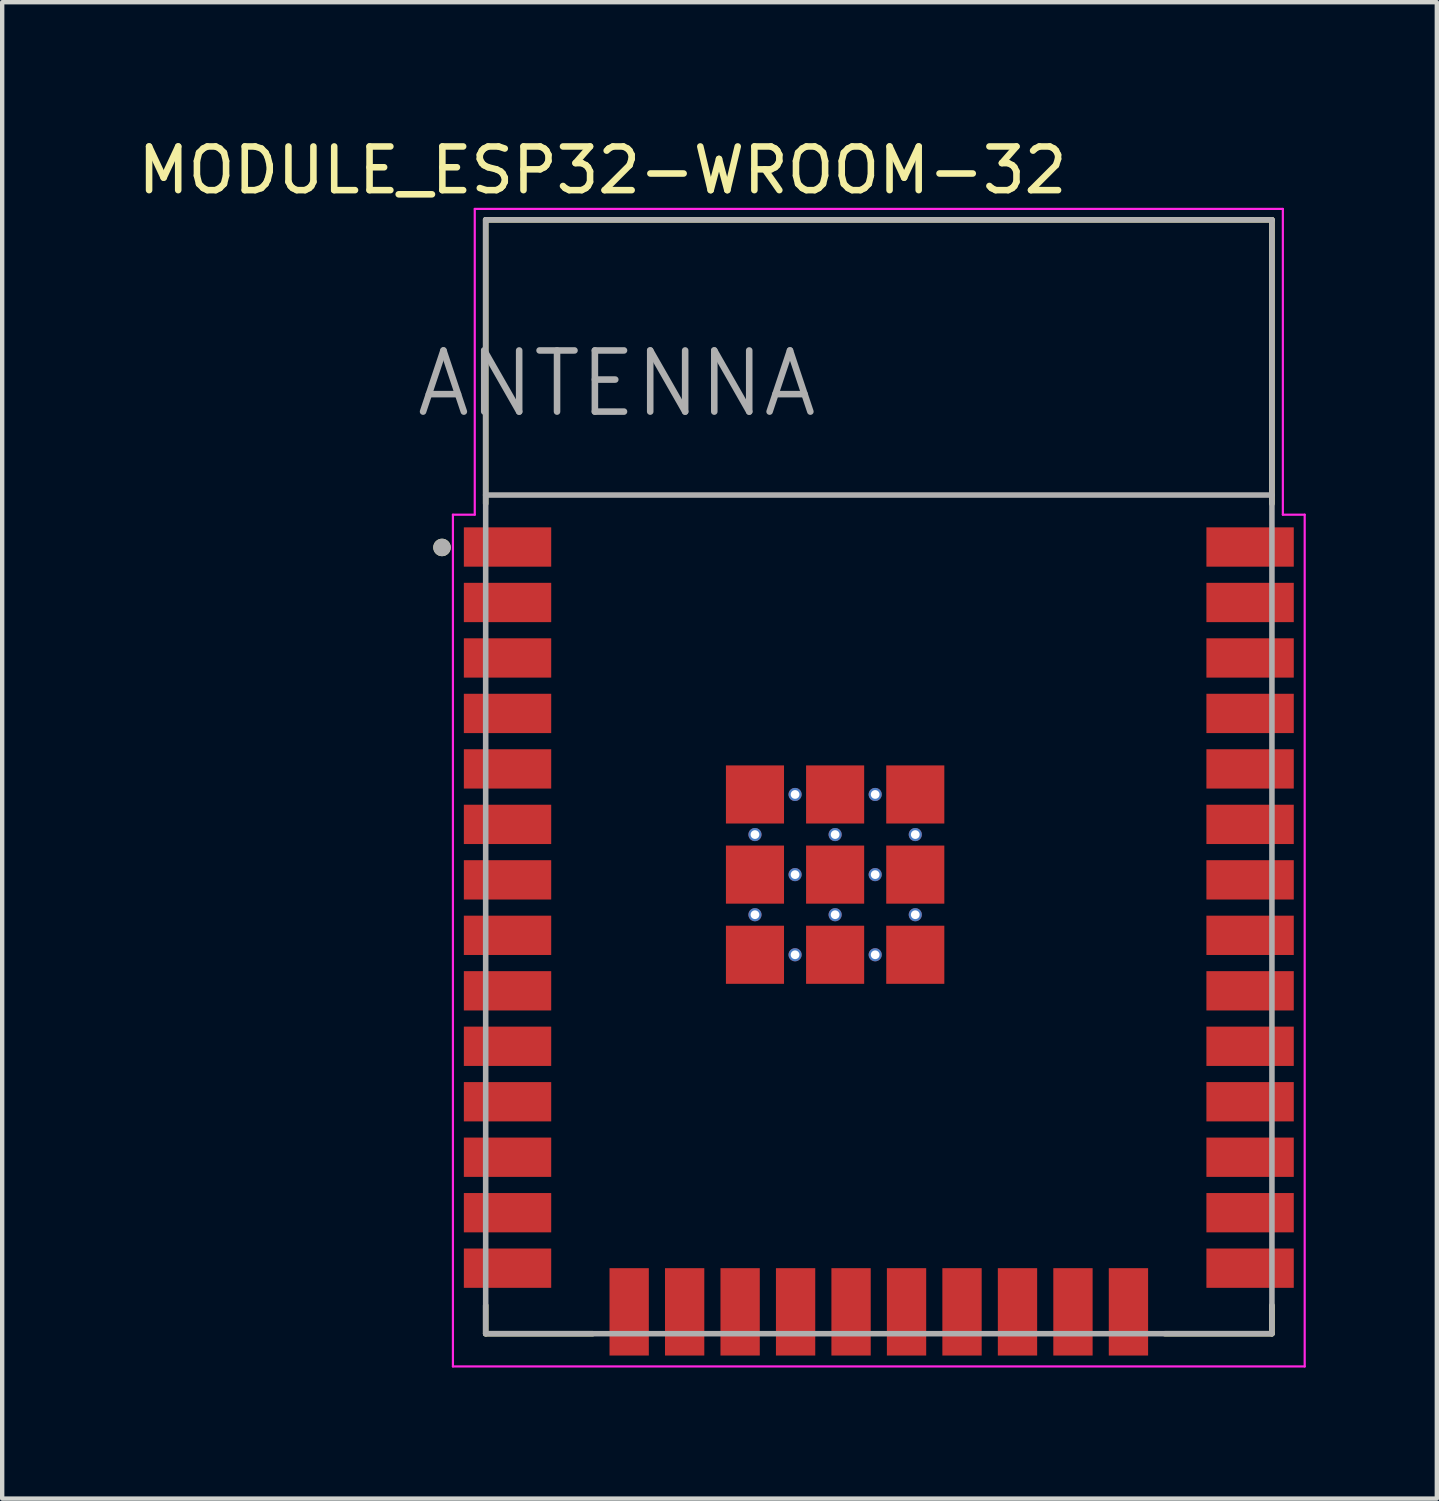
<source format=kicad_pcb>
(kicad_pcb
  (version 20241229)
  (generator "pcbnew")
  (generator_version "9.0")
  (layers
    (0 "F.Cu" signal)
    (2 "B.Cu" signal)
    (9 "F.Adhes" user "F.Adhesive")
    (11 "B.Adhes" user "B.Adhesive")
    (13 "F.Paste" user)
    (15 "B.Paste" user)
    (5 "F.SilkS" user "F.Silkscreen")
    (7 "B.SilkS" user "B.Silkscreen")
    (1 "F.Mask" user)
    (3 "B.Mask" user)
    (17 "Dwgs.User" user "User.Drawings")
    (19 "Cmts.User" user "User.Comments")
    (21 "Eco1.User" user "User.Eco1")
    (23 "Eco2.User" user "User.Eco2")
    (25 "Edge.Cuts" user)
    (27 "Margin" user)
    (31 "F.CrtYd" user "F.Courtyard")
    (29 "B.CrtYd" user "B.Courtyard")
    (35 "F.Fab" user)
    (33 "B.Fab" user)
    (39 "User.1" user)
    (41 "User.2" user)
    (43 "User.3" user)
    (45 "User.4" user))
  (footprint "MODULE_ESP32-WROOM-32"
    (layer "F.Cu")
    (at 17.069 14.733)
    (property "Reference" "MODULE_ESP32-WROOM-32" (at -6.325 -13.885 0) (layer "F.SilkS") (effects (font (size 1 1) (thickness 0.15))))
    (attr through_hole)
    (fp_line (start -9 -12.75) (end 9 -12.75) (stroke (width 0.127) (type solid)) (layer "F.SilkS"))
    (fp_line (start -9 -6.25) (end -9 -12.75) (stroke (width 0.127) (type solid)) (layer "F.SilkS"))
    (fp_line (start -9 12.1) (end -9 12.75) (stroke (width 0.127) (type solid)) (layer "F.SilkS"))
    (fp_line (start -9 12.75) (end -6.55 12.75) (stroke (width 0.127) (type solid)) (layer "F.SilkS"))
    (fp_line (start 6.55 12.75) (end 9 12.75) (stroke (width 0.127) (type solid)) (layer "F.SilkS"))
    (fp_line (start 9 -12.75) (end 9 -6.25) (stroke (width 0.127) (type solid)) (layer "F.SilkS"))
    (fp_line (start 9 12.75) (end 9 12.1) (stroke (width 0.127) (type solid)) (layer "F.SilkS"))
    (fp_circle (center -10 -5.25) (end -9.9 -5.25) (stroke (width 0.2) (type solid)) (fill no) (layer "F.SilkS"))
    (fp_line (start -9.75 -6) (end -9.25 -6) (stroke (width 0.05) (type solid)) (layer "F.CrtYd"))
    (fp_line (start -9.75 13.5) (end -9.75 -6) (stroke (width 0.05) (type solid)) (layer "F.CrtYd"))
    (fp_line (start -9.25 -13) (end 9.25 -13) (stroke (width 0.05) (type solid)) (layer "F.CrtYd"))
    (fp_line (start -9.25 -6) (end -9.25 -13) (stroke (width 0.05) (type solid)) (layer "F.CrtYd"))
    (fp_line (start 9.25 -13) (end 9.25 -6) (stroke (width 0.05) (type solid)) (layer "F.CrtYd"))
    (fp_line (start 9.25 -6) (end 9.75 -6) (stroke (width 0.05) (type solid)) (layer "F.CrtYd"))
    (fp_line (start 9.75 -6) (end 9.75 13.5) (stroke (width 0.05) (type solid)) (layer "F.CrtYd"))
    (fp_line (start 9.75 13.5) (end -9.75 13.5) (stroke (width 0.05) (type solid)) (layer "F.CrtYd"))
    (fp_line (start -9 -12.75) (end -9 -6.45) (stroke (width 0.127) (type solid)) (layer "F.Fab"))
    (fp_line (start -9 -12.75) (end 9 -12.75) (stroke (width 0.127) (type solid)) (layer "F.Fab"))
    (fp_line (start -9 -6.45) (end 9 -6.45) (stroke (width 0.127) (type solid)) (layer "F.Fab"))
    (fp_line (start -9 12.75) (end -9 -6.45) (stroke (width 0.127) (type solid)) (layer "F.Fab"))
    (fp_line (start 9 -12.75) (end 9 -6.45) (stroke (width 0.127) (type solid)) (layer "F.Fab"))
    (fp_line (start 9 -6.45) (end 9 12.75) (stroke (width 0.127) (type solid)) (layer "F.Fab"))
    (fp_line (start 9 12.75) (end -9 12.75) (stroke (width 0.127) (type solid)) (layer "F.Fab"))
    (fp_circle (center -10 -5.25) (end -9.9 -5.25) (stroke (width 0.2) (type solid)) (fill no) (layer "F.Fab"))
    (fp_text user "ANTENNA" (at -6 -9 0) (layer "F.Fab") (effects (font (size 1.4 1.4) (thickness 0.15))))
    (pad "1" smd rect (at -8.5 -5.26) (size 2 0.9) (layers "F.Cu" "F.Mask" "F.Paste"))
    (pad "2" smd rect (at -8.5 -3.99) (size 2 0.9) (layers "F.Cu" "F.Mask" "F.Paste"))
    (pad "3" smd rect (at -8.5 -2.72) (size 2 0.9) (layers "F.Cu" "F.Mask" "F.Paste"))
    (pad "4" smd rect (at -8.5 -1.45) (size 2 0.9) (layers "F.Cu" "F.Mask" "F.Paste"))
    (pad "5" smd rect (at -8.5 -0.18) (size 2 0.9) (layers "F.Cu" "F.Mask" "F.Paste"))
    (pad "6" smd rect (at -8.5 1.09) (size 2 0.9) (layers "F.Cu" "F.Mask" "F.Paste"))
    (pad "7" smd rect (at -8.5 2.36) (size 2 0.9) (layers "F.Cu" "F.Mask" "F.Paste"))
    (pad "8" smd rect (at -8.5 3.63) (size 2 0.9) (layers "F.Cu" "F.Mask" "F.Paste"))
    (pad "9" smd rect (at -8.5 4.9) (size 2 0.9) (layers "F.Cu" "F.Mask" "F.Paste"))
    (pad "10" smd rect (at -8.5 6.17) (size 2 0.9) (layers "F.Cu" "F.Mask" "F.Paste"))
    (pad "11" smd rect (at -8.5 7.44) (size 2 0.9) (layers "F.Cu" "F.Mask" "F.Paste"))
    (pad "12" smd rect (at -8.5 8.71) (size 2 0.9) (layers "F.Cu" "F.Mask" "F.Paste"))
    (pad "13" smd rect (at -8.5 9.98) (size 2 0.9) (layers "F.Cu" "F.Mask" "F.Paste"))
    (pad "14" smd rect (at -8.5 11.25) (size 2 0.9) (layers "F.Cu" "F.Mask" "F.Paste"))
    (pad "15" smd rect (at -5.715 12.25) (size 0.9 2) (layers "F.Cu" "F.Mask" "F.Paste"))
    (pad "16" smd rect (at -4.445 12.25) (size 0.9 2) (layers "F.Cu" "F.Mask" "F.Paste"))
    (pad "17" smd rect (at -3.175 12.25) (size 0.9 2) (layers "F.Cu" "F.Mask" "F.Paste"))
    (pad "18" smd rect (at -1.905 12.25) (size 0.9 2) (layers "F.Cu" "F.Mask" "F.Paste"))
    (pad "19" smd rect (at -0.635 12.25) (size 0.9 2) (layers "F.Cu" "F.Mask" "F.Paste"))
    (pad "20" smd rect (at 0.635 12.25) (size 0.9 2) (layers "F.Cu" "F.Mask" "F.Paste"))
    (pad "21" smd rect (at 1.905 12.25) (size 0.9 2) (layers "F.Cu" "F.Mask" "F.Paste"))
    (pad "22" smd rect (at 3.175 12.25) (size 0.9 2) (layers "F.Cu" "F.Mask" "F.Paste"))
    (pad "23" smd rect (at 4.445 12.25) (size 0.9 2) (layers "F.Cu" "F.Mask" "F.Paste"))
    (pad "24" smd rect (at 5.715 12.25) (size 0.9 2) (layers "F.Cu" "F.Mask" "F.Paste"))
    (pad "25" smd rect (at 8.5 11.25) (size 2 0.9) (layers "F.Cu" "F.Mask" "F.Paste"))
    (pad "26" smd rect (at 8.5 9.98) (size 2 0.9) (layers "F.Cu" "F.Mask" "F.Paste"))
    (pad "27" smd rect (at 8.5 8.71) (size 2 0.9) (layers "F.Cu" "F.Mask" "F.Paste"))
    (pad "28" smd rect (at 8.5 7.44) (size 2 0.9) (layers "F.Cu" "F.Mask" "F.Paste"))
    (pad "29" smd rect (at 8.5 6.17) (size 2 0.9) (layers "F.Cu" "F.Mask" "F.Paste"))
    (pad "30" smd rect (at 8.5 4.9) (size 2 0.9) (layers "F.Cu" "F.Mask" "F.Paste"))
    (pad "31" smd rect (at 8.5 3.63) (size 2 0.9) (layers "F.Cu" "F.Mask" "F.Paste"))
    (pad "32" smd rect (at 8.5 2.36) (size 2 0.9) (layers "F.Cu" "F.Mask" "F.Paste"))
    (pad "33" smd rect (at 8.5 1.09) (size 2 0.9) (layers "F.Cu" "F.Mask" "F.Paste"))
    (pad "34" smd rect (at 8.5 -0.18) (size 2 0.9) (layers "F.Cu" "F.Mask" "F.Paste"))
    (pad "35" smd rect (at 8.5 -1.45) (size 2 0.9) (layers "F.Cu" "F.Mask" "F.Paste"))
    (pad "36" smd rect (at 8.5 -2.72) (size 2 0.9) (layers "F.Cu" "F.Mask" "F.Paste"))
    (pad "37" smd rect (at 8.5 -3.99) (size 2 0.9) (layers "F.Cu" "F.Mask" "F.Paste"))
    (pad "38" smd rect (at 8.5 -5.26) (size 2 0.9) (layers "F.Cu" "F.Mask" "F.Paste"))
    (pad "39_1" smd rect (at -2.835 0.405) (size 1.33 1.33) (layers "F.Cu" "F.Mask" "F.Paste"))
    (pad "39_2" smd rect (at -1 0.405) (size 1.33 1.33) (layers "F.Cu" "F.Mask" "F.Paste"))
    (pad "39_3" smd rect (at 0.835 0.405) (size 1.33 1.33) (layers "F.Cu" "F.Mask" "F.Paste"))
    (pad "39_4" smd rect (at -2.835 2.24) (size 1.33 1.33) (layers "F.Cu" "F.Mask" "F.Paste"))
    (pad "39_5" smd rect (at -1 2.24) (size 1.33 1.33) (layers "F.Cu" "F.Mask" "F.Paste"))
    (pad "39_6" smd rect (at 0.835 2.24) (size 1.33 1.33) (layers "F.Cu" "F.Mask" "F.Paste"))
    (pad "39_7" smd rect (at -2.835 4.075) (size 1.33 1.33) (layers "F.Cu" "F.Mask" "F.Paste"))
    (pad "39_8" smd rect (at -1 4.075) (size 1.33 1.33) (layers "F.Cu" "F.Mask" "F.Paste"))
    (pad "39_9" smd rect (at 0.835 4.075) (size 1.33 1.33) (layers "F.Cu" "F.Mask" "F.Paste"))
    (pad "39_10" thru_hole circle (at -1.917 0.405) (size 0.3 0.3) (drill 0.2) (layers "*.Cu" "*.Mask"))
    (pad "39_11" thru_hole circle (at -0.083 0.405) (size 0.3 0.3) (drill 0.2) (layers "*.Cu" "*.Mask"))
    (pad "39_12" thru_hole circle (at -2.835 1.323) (size 0.3 0.3) (drill 0.2) (layers "*.Cu" "*.Mask"))
    (pad "39_13" thru_hole circle (at -1 1.323) (size 0.3 0.3) (drill 0.2) (layers "*.Cu" "*.Mask"))
    (pad "39_14" thru_hole circle (at 0.835 1.323) (size 0.3 0.3) (drill 0.2) (layers "*.Cu" "*.Mask"))
    (pad "39_15" thru_hole circle (at -1.917 2.24) (size 0.3 0.3) (drill 0.2) (layers "*.Cu" "*.Mask"))
    (pad "39_16" thru_hole circle (at -0.083 2.24) (size 0.3 0.3) (drill 0.2) (layers "*.Cu" "*.Mask"))
    (pad "39_17" thru_hole circle (at -2.835 3.158) (size 0.3 0.3) (drill 0.2) (layers "*.Cu" "*.Mask"))
    (pad "39_18" thru_hole circle (at -1 3.158) (size 0.3 0.3) (drill 0.2) (layers "*.Cu" "*.Mask"))
    (pad "39_19" thru_hole circle (at 0.835 3.158) (size 0.3 0.3) (drill 0.2) (layers "*.Cu" "*.Mask"))
    (pad "39_20" thru_hole circle (at -1.917 4.075) (size 0.3 0.3) (drill 0.2) (layers "*.Cu" "*.Mask"))
    (pad "39_21" thru_hole circle (at -0.083 4.075) (size 0.3 0.3) (drill 0.2) (layers "*.Cu" "*.Mask"))
    (zone (net_name "") (layer "F.Cu") (hatch full 0.508) (connect_pads) (min_thickness 0.01) (filled_areas_thickness no) (keepout (tracks not_allowed) (vias not_allowed) (pads not_allowed) (copperpour not_allowed) (footprints allowed)) (placement (enabled no)) (fill) (polygon (pts (xy 8.069 1.983) (xy 26.069 1.983) (xy 26.069 8.283) (xy 8.069 8.283))))
    (zone (net_name "") (layers "F.Cu" "B.Cu") (hatch full 0.508) (connect_pads) (min_thickness 0.01) (filled_areas_thickness no) (keepout (tracks allowed) (vias not_allowed) (pads allowed) (copperpour allowed) (footprints allowed)) (placement (enabled no)) (fill) (polygon (pts (xy 8.069 1.983) (xy 26.069 1.983) (xy 26.069 8.283) (xy 8.069 8.283))))
    (zone (net_name "") (layer "B.Cu") (hatch full 0.508) (connect_pads) (min_thickness 0.01) (filled_areas_thickness no) (keepout (tracks not_allowed) (vias not_allowed) (pads not_allowed) (copperpour not_allowed) (footprints allowed)) (placement (enabled no)) (fill) (polygon (pts (xy 8.069 1.983) (xy 26.069 1.983) (xy 26.069 8.283) (xy 8.069 8.283)))))
  (gr_rect
    (start -3 -3)
    (end 29.844 31.258)
    (stroke (width 0.1) (type default))
    (fill no)
    (layer "Edge.Cuts")))
</source>
